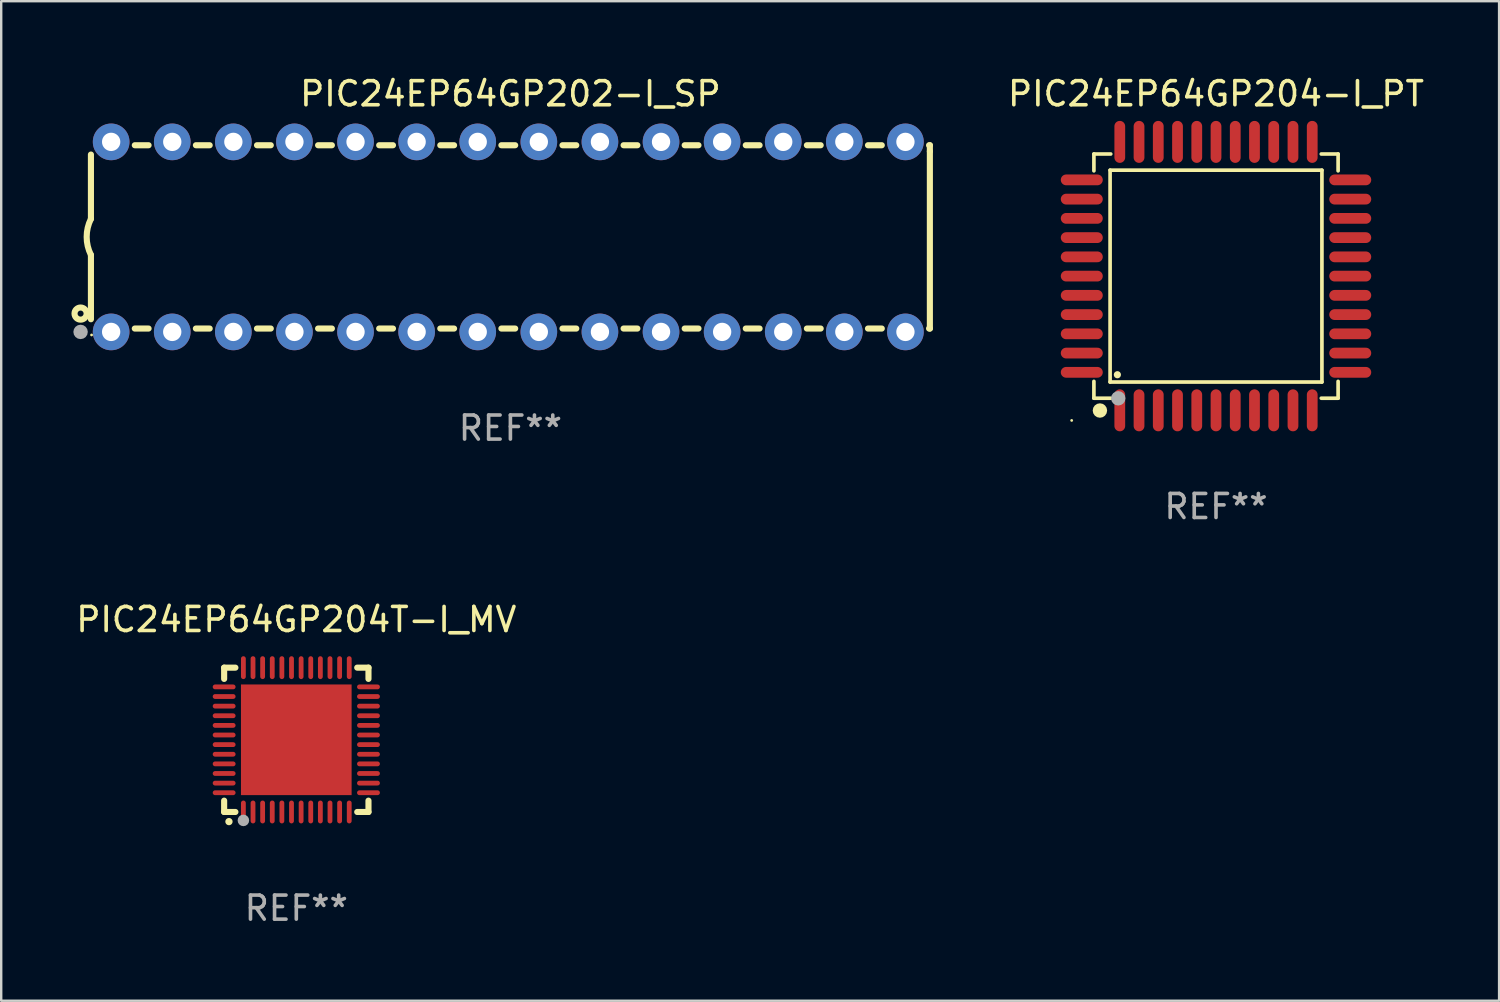
<source format=kicad_pcb>
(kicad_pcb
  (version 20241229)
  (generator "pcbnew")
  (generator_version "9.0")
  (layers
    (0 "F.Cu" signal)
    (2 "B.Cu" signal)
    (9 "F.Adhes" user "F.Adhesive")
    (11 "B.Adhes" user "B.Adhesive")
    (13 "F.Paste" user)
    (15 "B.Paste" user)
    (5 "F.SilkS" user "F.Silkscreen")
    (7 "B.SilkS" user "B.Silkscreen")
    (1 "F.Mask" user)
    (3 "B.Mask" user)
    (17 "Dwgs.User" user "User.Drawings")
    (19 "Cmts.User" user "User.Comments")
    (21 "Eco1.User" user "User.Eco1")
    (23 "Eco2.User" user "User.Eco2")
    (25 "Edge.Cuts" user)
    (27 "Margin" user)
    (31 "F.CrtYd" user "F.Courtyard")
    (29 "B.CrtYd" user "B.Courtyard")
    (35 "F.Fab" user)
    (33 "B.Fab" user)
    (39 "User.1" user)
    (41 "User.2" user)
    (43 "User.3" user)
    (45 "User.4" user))
  (footprint "PIC24EP64GP204T-I_MV"
    (layer "F.Cu")
    (at 9.268 27.705)
    (property "Reference" "PIC24EP64GP204T-I_MV" (at 0 -5 0) (layer "F.SilkS") (effects (font (size 1 1) (thickness 0.15))))
    (attr through_hole)
    (fp_line (start -3 -3) (end -2.532 -3) (stroke (width 0.254) (type solid)) (layer "F.SilkS"))
    (fp_line (start -3 -2.532) (end -3 -3) (stroke (width 0.254) (type solid)) (layer "F.SilkS"))
    (fp_line (start -3 3) (end -3 2.529) (stroke (width 0.254) (type solid)) (layer "F.SilkS"))
    (fp_line (start -2.532 3) (end -3 3) (stroke (width 0.254) (type solid)) (layer "F.SilkS"))
    (fp_line (start 2.532 -3) (end 3 -3) (stroke (width 0.254) (type solid)) (layer "F.SilkS"))
    (fp_line (start 3 -3) (end 3 -2.532) (stroke (width 0.254) (type solid)) (layer "F.SilkS"))
    (fp_line (start 3 2.529) (end 3 3) (stroke (width 0.254) (type solid)) (layer "F.SilkS"))
    (fp_line (start 3 3) (end 2.532 3) (stroke (width 0.254) (type solid)) (layer "F.SilkS"))
    (fp_arc (start -2.801295 3.400025) (mid -2.800025 3.40002) (end -2.798755 3.400025) (stroke (width 0.3) (type solid)) (layer "F.SilkS"))
    (fp_circle (center -3 3) (end -2.97 3) (stroke (width 0.06) (type solid)) (fill no) (layer "F.SilkS"))
    (fp_circle (center -2.2 3.35) (end -2.08 3.35) (stroke (width 0.24) (type solid)) (fill no) (layer "F.Fab"))
    (fp_text user "REF**" (at 0 7 0) (layer "F.Fab") (effects (font (size 1 1) (thickness 0.15))))
    (pad "1" smd oval (at -2.2 3) (size 0.2 0.95) (layers "F.Cu" "F.Mask" "F.Paste"))
    (pad "2" smd oval (at -1.8 3) (size 0.2 0.95) (layers "F.Cu" "F.Mask" "F.Paste"))
    (pad "3" smd oval (at -1.4 3) (size 0.2 0.95) (layers "F.Cu" "F.Mask" "F.Paste"))
    (pad "4" smd oval (at -1 3) (size 0.2 0.95) (layers "F.Cu" "F.Mask" "F.Paste"))
    (pad "5" smd oval (at -0.6 3) (size 0.2 0.95) (layers "F.Cu" "F.Mask" "F.Paste"))
    (pad "6" smd oval (at -0.2 3) (size 0.2 0.95) (layers "F.Cu" "F.Mask" "F.Paste"))
    (pad "7" smd oval (at 0.2 3) (size 0.2 0.95) (layers "F.Cu" "F.Mask" "F.Paste"))
    (pad "8" smd oval (at 0.6 3) (size 0.2 0.95) (layers "F.Cu" "F.Mask" "F.Paste"))
    (pad "9" smd oval (at 1 3) (size 0.2 0.95) (layers "F.Cu" "F.Mask" "F.Paste"))
    (pad "10" smd oval (at 1.4 3) (size 0.2 0.95) (layers "F.Cu" "F.Mask" "F.Paste"))
    (pad "11" smd oval (at 1.8 3) (size 0.2 0.95) (layers "F.Cu" "F.Mask" "F.Paste"))
    (pad "12" smd oval (at 2.2 3) (size 0.2 0.95) (layers "F.Cu" "F.Mask" "F.Paste"))
    (pad "13" smd oval (at 3 2.2 90) (size 0.2 0.95) (layers "F.Cu" "F.Mask" "F.Paste"))
    (pad "14" smd oval (at 3 1.8 90) (size 0.2 0.95) (layers "F.Cu" "F.Mask" "F.Paste"))
    (pad "15" smd oval (at 3 1.4 90) (size 0.2 0.95) (layers "F.Cu" "F.Mask" "F.Paste"))
    (pad "16" smd oval (at 3 1 90) (size 0.2 0.95) (layers "F.Cu" "F.Mask" "F.Paste"))
    (pad "17" smd oval (at 3 0.6 90) (size 0.2 0.95) (layers "F.Cu" "F.Mask" "F.Paste"))
    (pad "18" smd oval (at 3 0.2 90) (size 0.2 0.95) (layers "F.Cu" "F.Mask" "F.Paste"))
    (pad "19" smd oval (at 3 -0.2 90) (size 0.2 0.95) (layers "F.Cu" "F.Mask" "F.Paste"))
    (pad "20" smd oval (at 3 -0.6 90) (size 0.2 0.95) (layers "F.Cu" "F.Mask" "F.Paste"))
    (pad "21" smd oval (at 3 -1 90) (size 0.2 0.95) (layers "F.Cu" "F.Mask" "F.Paste"))
    (pad "22" smd oval (at 3 -1.4 90) (size 0.2 0.95) (layers "F.Cu" "F.Mask" "F.Paste"))
    (pad "23" smd oval (at 3 -1.8 90) (size 0.2 0.95) (layers "F.Cu" "F.Mask" "F.Paste"))
    (pad "24" smd oval (at 3 -2.2 90) (size 0.2 0.95) (layers "F.Cu" "F.Mask" "F.Paste"))
    (pad "25" smd oval (at 2.2 -3 180) (size 0.2 0.95) (layers "F.Cu" "F.Mask" "F.Paste"))
    (pad "26" smd oval (at 1.8 -3 180) (size 0.2 0.95) (layers "F.Cu" "F.Mask" "F.Paste"))
    (pad "27" smd oval (at 1.4 -3 180) (size 0.2 0.95) (layers "F.Cu" "F.Mask" "F.Paste"))
    (pad "28" smd oval (at 1 -3 180) (size 0.2 0.95) (layers "F.Cu" "F.Mask" "F.Paste"))
    (pad "29" smd oval (at 0.6 -3 180) (size 0.2 0.95) (layers "F.Cu" "F.Mask" "F.Paste"))
    (pad "30" smd oval (at 0.2 -3 180) (size 0.2 0.95) (layers "F.Cu" "F.Mask" "F.Paste"))
    (pad "31" smd oval (at -0.2 -3 180) (size 0.2 0.95) (layers "F.Cu" "F.Mask" "F.Paste"))
    (pad "32" smd oval (at -0.6 -3 180) (size 0.2 0.95) (layers "F.Cu" "F.Mask" "F.Paste"))
    (pad "33" smd oval (at -1 -3 180) (size 0.2 0.95) (layers "F.Cu" "F.Mask" "F.Paste"))
    (pad "34" smd oval (at -1.4 -3 180) (size 0.2 0.95) (layers "F.Cu" "F.Mask" "F.Paste"))
    (pad "35" smd oval (at -1.8 -3 180) (size 0.2 0.95) (layers "F.Cu" "F.Mask" "F.Paste"))
    (pad "36" smd oval (at -2.2 -3 180) (size 0.2 0.95) (layers "F.Cu" "F.Mask" "F.Paste"))
    (pad "37" smd oval (at -3 -2.2 270) (size 0.2 0.95) (layers "F.Cu" "F.Mask" "F.Paste"))
    (pad "38" smd oval (at -3 -1.8 270) (size 0.2 0.95) (layers "F.Cu" "F.Mask" "F.Paste"))
    (pad "39" smd oval (at -3 -1.4 270) (size 0.2 0.95) (layers "F.Cu" "F.Mask" "F.Paste"))
    (pad "40" smd oval (at -3 -1 270) (size 0.2 0.95) (layers "F.Cu" "F.Mask" "F.Paste"))
    (pad "41" smd oval (at -3 -0.6 270) (size 0.2 0.95) (layers "F.Cu" "F.Mask" "F.Paste"))
    (pad "42" smd oval (at -3 -0.2 270) (size 0.2 0.95) (layers "F.Cu" "F.Mask" "F.Paste"))
    (pad "43" smd oval (at -3 0.2 270) (size 0.2 0.95) (layers "F.Cu" "F.Mask" "F.Paste"))
    (pad "44" smd oval (at -3 0.6 270) (size 0.2 0.95) (layers "F.Cu" "F.Mask" "F.Paste"))
    (pad "45" smd oval (at -3 1 270) (size 0.2 0.95) (layers "F.Cu" "F.Mask" "F.Paste"))
    (pad "46" smd oval (at -3 1.4 270) (size 0.2 0.95) (layers "F.Cu" "F.Mask" "F.Paste"))
    (pad "47" smd oval (at -3 1.8 270) (size 0.2 0.95) (layers "F.Cu" "F.Mask" "F.Paste"))
    (pad "48" smd oval (at -3 2.2 270) (size 0.2 0.95) (layers "F.Cu" "F.Mask" "F.Paste"))
    (pad "49" smd rect (at -0.001 -0.001 180) (size 4.6 4.6) (layers "F.Cu" "F.Mask" "F.Paste")))
  (footprint "PIC24EP64GP202-I_SP"
    (layer "F.Cu")
    (at 18.168 6.798)
    (property "Reference" "PIC24EP64GP202-I_SP" (at 0 -5.95 0) (layer "F.SilkS") (effects (font (size 1 1) (thickness 0.15))))
    (attr through_hole)
    (fp_line (start -17.438 0.75) (end -17.438 3.423) (stroke (width 0.254) (type solid)) (layer "F.SilkS"))
    (fp_line (start -17.438 -3.423) (end -17.438 -0.75) (stroke (width 0.254) (type solid)) (layer "F.SilkS"))
    (fp_line (start -15.615 3.81) (end -15.041 3.81) (stroke (width 0.254) (type solid)) (layer "F.SilkS"))
    (fp_line (start -15.041 -3.81) (end -15.614 -3.81) (stroke (width 0.254) (type solid)) (layer "F.SilkS"))
    (fp_line (start -13.075 3.81) (end -12.501 3.81) (stroke (width 0.254) (type solid)) (layer "F.SilkS"))
    (fp_line (start -12.501 -3.81) (end -13.074 -3.81) (stroke (width 0.254) (type solid)) (layer "F.SilkS"))
    (fp_line (start -10.535 3.81) (end -9.961 3.81) (stroke (width 0.254) (type solid)) (layer "F.SilkS"))
    (fp_line (start -9.961 -3.81) (end -10.534 -3.81) (stroke (width 0.254) (type solid)) (layer "F.SilkS"))
    (fp_line (start -7.995 3.81) (end -7.421 3.81) (stroke (width 0.254) (type solid)) (layer "F.SilkS"))
    (fp_line (start -7.421 -3.81) (end -7.995 -3.81) (stroke (width 0.254) (type solid)) (layer "F.SilkS"))
    (fp_line (start -5.455 3.81) (end -4.881 3.81) (stroke (width 0.254) (type solid)) (layer "F.SilkS"))
    (fp_line (start -4.881 -3.81) (end -5.455 -3.81) (stroke (width 0.254) (type solid)) (layer "F.SilkS"))
    (fp_line (start -2.915 3.81) (end -2.341 3.81) (stroke (width 0.254) (type solid)) (layer "F.SilkS"))
    (fp_line (start -2.341 -3.81) (end -2.915 -3.81) (stroke (width 0.254) (type solid)) (layer "F.SilkS"))
    (fp_line (start -0.375 3.81) (end 0.199 3.81) (stroke (width 0.254) (type solid)) (layer "F.SilkS"))
    (fp_line (start 0.199 -3.81) (end -0.375 -3.81) (stroke (width 0.254) (type solid)) (layer "F.SilkS"))
    (fp_line (start 2.165 3.81) (end 2.739 3.81) (stroke (width 0.254) (type solid)) (layer "F.SilkS"))
    (fp_line (start 2.739 -3.81) (end 2.165 -3.81) (stroke (width 0.254) (type solid)) (layer "F.SilkS"))
    (fp_line (start 4.705 3.81) (end 5.279 3.81) (stroke (width 0.254) (type solid)) (layer "F.SilkS"))
    (fp_line (start 5.279 -3.81) (end 4.705 -3.81) (stroke (width 0.254) (type solid)) (layer "F.SilkS"))
    (fp_line (start 7.245 3.81) (end 7.819 3.81) (stroke (width 0.254) (type solid)) (layer "F.SilkS"))
    (fp_line (start 7.819 -3.81) (end 7.245 -3.81) (stroke (width 0.254) (type solid)) (layer "F.SilkS"))
    (fp_line (start 9.785 3.81) (end 10.359 3.81) (stroke (width 0.254) (type solid)) (layer "F.SilkS"))
    (fp_line (start 10.359 -3.81) (end 9.785 -3.81) (stroke (width 0.254) (type solid)) (layer "F.SilkS"))
    (fp_line (start 12.325 3.81) (end 12.899 3.81) (stroke (width 0.254) (type solid)) (layer "F.SilkS"))
    (fp_line (start 12.899 -3.81) (end 12.325 -3.81) (stroke (width 0.254) (type solid)) (layer "F.SilkS"))
    (fp_line (start 14.865 3.81) (end 15.439 3.81) (stroke (width 0.254) (type solid)) (layer "F.SilkS"))
    (fp_line (start 15.439 -3.81) (end 14.865 -3.81) (stroke (width 0.254) (type solid)) (layer "F.SilkS"))
    (fp_line (start 17.405 3.81) (end 17.438 3.81) (stroke (width 0.254) (type solid)) (layer "F.SilkS"))
    (fp_line (start 17.438 -3.81) (end 17.405 -3.81) (stroke (width 0.254) (type solid)) (layer "F.SilkS"))
    (fp_line (start 17.438 -3.556) (end 17.438 -3.81) (stroke (width 0.254) (type solid)) (layer "F.SilkS"))
    (fp_line (start 17.438 3.81) (end 17.438 -3.556) (stroke (width 0.254) (type solid)) (layer "F.SilkS"))
    (fp_arc (start -17.437986 0.749657) (mid -17.614887 -0.000024) (end -17.437783 -0.749657) (stroke (width 0.254001) (type solid)) (layer "F.SilkS"))
    (fp_circle (center -17.868 3.188) (end -17.743 3.188) (stroke (width 0.254) (type solid)) (fill no) (layer "F.SilkS"))
    (fp_circle (center -17.411 4.077) (end -17.381 4.077) (stroke (width 0.06) (type solid)) (fill no) (layer "F.SilkS"))
    (fp_circle (center -17.868 3.95) (end -17.718 3.95) (stroke (width 0.3) (type solid)) (fill no) (layer "F.Fab"))
    (fp_text user "REF**" (at 0 7.95 0) (layer "F.Fab") (effects (font (size 1 1) (thickness 0.15))))
    (pad "1" thru_hole circle (at -16.598 3.95) (size 1.524 1.524) (drill 0.762) (layers "*.Cu" "*.Mask"))
    (pad "2" thru_hole circle (at -14.058 3.95) (size 1.524 1.524) (drill 0.762) (layers "*.Cu" "*.Mask"))
    (pad "3" thru_hole circle (at -11.518 3.95) (size 1.524 1.524) (drill 0.762) (layers "*.Cu" "*.Mask"))
    (pad "4" thru_hole circle (at -8.978 3.95) (size 1.524 1.524) (drill 0.762) (layers "*.Cu" "*.Mask"))
    (pad "5" thru_hole circle (at -6.438 3.95) (size 1.524 1.524) (drill 0.762) (layers "*.Cu" "*.Mask"))
    (pad "6" thru_hole circle (at -3.898 3.95) (size 1.524 1.524) (drill 0.762) (layers "*.Cu" "*.Mask"))
    (pad "7" thru_hole circle (at -1.358 3.95) (size 1.524 1.524) (drill 0.762) (layers "*.Cu" "*.Mask"))
    (pad "8" thru_hole circle (at 1.182 3.95) (size 1.524 1.524) (drill 0.762) (layers "*.Cu" "*.Mask"))
    (pad "9" thru_hole circle (at 3.722 3.95) (size 1.524 1.524) (drill 0.762) (layers "*.Cu" "*.Mask"))
    (pad "10" thru_hole circle (at 6.262 3.95) (size 1.524 1.524) (drill 0.762) (layers "*.Cu" "*.Mask"))
    (pad "11" thru_hole circle (at 8.802 3.95) (size 1.524 1.524) (drill 0.762) (layers "*.Cu" "*.Mask"))
    (pad "12" thru_hole circle (at 11.342 3.95) (size 1.524 1.524) (drill 0.762) (layers "*.Cu" "*.Mask"))
    (pad "13" thru_hole circle (at 13.882 3.95) (size 1.524 1.524) (drill 0.762) (layers "*.Cu" "*.Mask"))
    (pad "14" thru_hole circle (at 16.422 3.95) (size 1.524 1.524) (drill 0.762) (layers "*.Cu" "*.Mask"))
    (pad "15" thru_hole circle (at 16.422 -3.95) (size 1.524 1.524) (drill 0.762) (layers "*.Cu" "*.Mask"))
    (pad "16" thru_hole circle (at 13.882 -3.95) (size 1.524 1.524) (drill 0.762) (layers "*.Cu" "*.Mask"))
    (pad "17" thru_hole circle (at 11.342 -3.95) (size 1.524 1.524) (drill 0.762) (layers "*.Cu" "*.Mask"))
    (pad "18" thru_hole circle (at 8.802 -3.95) (size 1.524 1.524) (drill 0.762) (layers "*.Cu" "*.Mask"))
    (pad "19" thru_hole circle (at 6.262 -3.95) (size 1.524 1.524) (drill 0.762) (layers "*.Cu" "*.Mask"))
    (pad "20" thru_hole circle (at 3.722 -3.95) (size 1.524 1.524) (drill 0.762) (layers "*.Cu" "*.Mask"))
    (pad "21" thru_hole circle (at 1.182 -3.95) (size 1.524 1.524) (drill 0.762) (layers "*.Cu" "*.Mask"))
    (pad "22" thru_hole circle (at -1.358 -3.95) (size 1.524 1.524) (drill 0.762) (layers "*.Cu" "*.Mask"))
    (pad "23" thru_hole circle (at -3.898 -3.95) (size 1.524 1.524) (drill 0.762) (layers "*.Cu" "*.Mask"))
    (pad "24" thru_hole circle (at -6.438 -3.95) (size 1.524 1.524) (drill 0.762) (layers "*.Cu" "*.Mask"))
    (pad "25" thru_hole circle (at -8.978 -3.95) (size 1.524 1.524) (drill 0.762) (layers "*.Cu" "*.Mask"))
    (pad "26" thru_hole circle (at -11.517 -3.95) (size 1.524 1.524) (drill 0.762) (layers "*.Cu" "*.Mask"))
    (pad "27" thru_hole circle (at -14.057 -3.95) (size 1.524 1.524) (drill 0.762) (layers "*.Cu" "*.Mask"))
    (pad "28" thru_hole circle (at -16.597 -3.95) (size 1.524 1.524) (drill 0.762) (layers "*.Cu" "*.Mask")))
  (footprint "PIC24EP64GP204-I_PT"
    (layer "F.Cu")
    (at 47.501 8.428)
    (property "Reference" "PIC24EP64GP204-I_PT" (at 0 -7.58 0) (layer "F.SilkS") (effects (font (size 1 1) (thickness 0.15))))
    (attr through_hole)
    (fp_line (start -5.076 -5.076) (end -5.076 -4.376) (stroke (width 0.152) (type solid)) (layer "F.SilkS"))
    (fp_line (start -5.076 5.076) (end -5.076 4.376) (stroke (width 0.152) (type solid)) (layer "F.SilkS"))
    (fp_line (start -4.403 -4.403) (end 4.403 -4.403) (stroke (width 0.152) (type solid)) (layer "F.SilkS"))
    (fp_line (start -4.403 4.403) (end -4.403 -4.403) (stroke (width 0.152) (type solid)) (layer "F.SilkS"))
    (fp_line (start -4.376 -5.076) (end -5.076 -5.076) (stroke (width 0.152) (type solid)) (layer "F.SilkS"))
    (fp_line (start -4.376 5.076) (end -5.076 5.076) (stroke (width 0.152) (type solid)) (layer "F.SilkS"))
    (fp_line (start 4.376 -5.076) (end 5.076 -5.076) (stroke (width 0.152) (type solid)) (layer "F.SilkS"))
    (fp_line (start 4.376 5.076) (end 5.076 5.076) (stroke (width 0.152) (type solid)) (layer "F.SilkS"))
    (fp_line (start 4.403 -4.403) (end 4.403 4.403) (stroke (width 0.152) (type solid)) (layer "F.SilkS"))
    (fp_line (start 4.403 4.403) (end -4.403 4.403) (stroke (width 0.152) (type solid)) (layer "F.SilkS"))
    (fp_line (start 5.076 -5.076) (end 5.076 -4.376) (stroke (width 0.152) (type solid)) (layer "F.SilkS"))
    (fp_line (start 5.076 5.076) (end 5.076 4.376) (stroke (width 0.152) (type solid)) (layer "F.SilkS"))
    (fp_circle (center -6 6) (end -5.97 6) (stroke (width 0.06) (type solid)) (fill no) (layer "F.SilkS"))
    (fp_circle (center -4.826 5.588) (end -4.676 5.588) (stroke (width 0.3) (type solid)) (fill no) (layer "F.SilkS"))
    (fp_circle (center -4.1 4.1) (end -4.025 4.1) (stroke (width 0.15) (type solid)) (fill no) (layer "F.SilkS"))
    (fp_circle (center -4.064 5.08) (end -3.914 5.08) (stroke (width 0.3) (type solid)) (fill no) (layer "F.Fab"))
    (fp_text user "REF**" (at 0 9.58 0) (layer "F.Fab") (effects (font (size 1 1) (thickness 0.15))))
    (pad "1" smd oval (at -4 5.58) (size 0.448 1.745) (layers "F.Cu" "F.Mask" "F.Paste"))
    (pad "2" smd oval (at -3.2 5.58) (size 0.448 1.745) (layers "F.Cu" "F.Mask" "F.Paste"))
    (pad "3" smd oval (at -2.4 5.58) (size 0.448 1.745) (layers "F.Cu" "F.Mask" "F.Paste"))
    (pad "4" smd oval (at -1.6 5.58) (size 0.448 1.745) (layers "F.Cu" "F.Mask" "F.Paste"))
    (pad "5" smd oval (at -0.8 5.58) (size 0.448 1.745) (layers "F.Cu" "F.Mask" "F.Paste"))
    (pad "6" smd oval (at 0 5.58) (size 0.448 1.745) (layers "F.Cu" "F.Mask" "F.Paste"))
    (pad "7" smd oval (at 0.8 5.58) (size 0.448 1.745) (layers "F.Cu" "F.Mask" "F.Paste"))
    (pad "8" smd oval (at 1.6 5.58) (size 0.448 1.745) (layers "F.Cu" "F.Mask" "F.Paste"))
    (pad "9" smd oval (at 2.4 5.58) (size 0.448 1.745) (layers "F.Cu" "F.Mask" "F.Paste"))
    (pad "10" smd oval (at 3.2 5.58) (size 0.448 1.745) (layers "F.Cu" "F.Mask" "F.Paste"))
    (pad "11" smd oval (at 4 5.58) (size 0.448 1.745) (layers "F.Cu" "F.Mask" "F.Paste"))
    (pad "12" smd oval (at 5.58 4) (size 1.745 0.448) (layers "F.Cu" "F.Mask" "F.Paste"))
    (pad "13" smd oval (at 5.58 3.2) (size 1.745 0.448) (layers "F.Cu" "F.Mask" "F.Paste"))
    (pad "14" smd oval (at 5.58 2.4) (size 1.745 0.448) (layers "F.Cu" "F.Mask" "F.Paste"))
    (pad "15" smd oval (at 5.58 1.6) (size 1.745 0.448) (layers "F.Cu" "F.Mask" "F.Paste"))
    (pad "16" smd oval (at 5.58 0.8) (size 1.745 0.448) (layers "F.Cu" "F.Mask" "F.Paste"))
    (pad "17" smd oval (at 5.58 0) (size 1.745 0.448) (layers "F.Cu" "F.Mask" "F.Paste"))
    (pad "18" smd oval (at 5.58 -0.8) (size 1.745 0.448) (layers "F.Cu" "F.Mask" "F.Paste"))
    (pad "19" smd oval (at 5.58 -1.6) (size 1.745 0.448) (layers "F.Cu" "F.Mask" "F.Paste"))
    (pad "20" smd oval (at 5.58 -2.4) (size 1.745 0.448) (layers "F.Cu" "F.Mask" "F.Paste"))
    (pad "21" smd oval (at 5.58 -3.2) (size 1.745 0.448) (layers "F.Cu" "F.Mask" "F.Paste"))
    (pad "22" smd oval (at 5.58 -4) (size 1.745 0.448) (layers "F.Cu" "F.Mask" "F.Paste"))
    (pad "23" smd oval (at 4 -5.58) (size 0.448 1.745) (layers "F.Cu" "F.Mask" "F.Paste"))
    (pad "24" smd oval (at 3.2 -5.58) (size 0.448 1.745) (layers "F.Cu" "F.Mask" "F.Paste"))
    (pad "25" smd oval (at 2.4 -5.58) (size 0.448 1.745) (layers "F.Cu" "F.Mask" "F.Paste"))
    (pad "26" smd oval (at 1.6 -5.58) (size 0.448 1.745) (layers "F.Cu" "F.Mask" "F.Paste"))
    (pad "27" smd oval (at 0.8 -5.58) (size 0.448 1.745) (layers "F.Cu" "F.Mask" "F.Paste"))
    (pad "28" smd oval (at 0 -5.58) (size 0.448 1.745) (layers "F.Cu" "F.Mask" "F.Paste"))
    (pad "29" smd oval (at -0.8 -5.58) (size 0.448 1.745) (layers "F.Cu" "F.Mask" "F.Paste"))
    (pad "30" smd oval (at -1.6 -5.58) (size 0.448 1.745) (layers "F.Cu" "F.Mask" "F.Paste"))
    (pad "31" smd oval (at -2.4 -5.58) (size 0.448 1.745) (layers "F.Cu" "F.Mask" "F.Paste"))
    (pad "32" smd oval (at -3.2 -5.58) (size 0.448 1.745) (layers "F.Cu" "F.Mask" "F.Paste"))
    (pad "33" smd oval (at -4 -5.58) (size 0.448 1.745) (layers "F.Cu" "F.Mask" "F.Paste"))
    (pad "34" smd oval (at -5.58 -4) (size 1.745 0.448) (layers "F.Cu" "F.Mask" "F.Paste"))
    (pad "35" smd oval (at -5.58 -3.2) (size 1.745 0.448) (layers "F.Cu" "F.Mask" "F.Paste"))
    (pad "36" smd oval (at -5.58 -2.4) (size 1.745 0.448) (layers "F.Cu" "F.Mask" "F.Paste"))
    (pad "37" smd oval (at -5.58 -1.6) (size 1.745 0.448) (layers "F.Cu" "F.Mask" "F.Paste"))
    (pad "38" smd oval (at -5.58 -0.8) (size 1.745 0.448) (layers "F.Cu" "F.Mask" "F.Paste"))
    (pad "39" smd oval (at -5.58 0) (size 1.745 0.448) (layers "F.Cu" "F.Mask" "F.Paste"))
    (pad "40" smd oval (at -5.58 0.8) (size 1.745 0.448) (layers "F.Cu" "F.Mask" "F.Paste"))
    (pad "41" smd oval (at -5.58 1.6) (size 1.745 0.448) (layers "F.Cu" "F.Mask" "F.Paste"))
    (pad "42" smd oval (at -5.58 2.4) (size 1.745 0.448) (layers "F.Cu" "F.Mask" "F.Paste"))
    (pad "43" smd oval (at -5.58 3.2) (size 1.745 0.448) (layers "F.Cu" "F.Mask" "F.Paste"))
    (pad "44" smd oval (at -5.58 4) (size 1.745 0.448) (layers "F.Cu" "F.Mask" "F.Paste")))
  (gr_rect
    (start -3 -3)
    (end 59.269 38.553)
    (stroke (width 0.1) (type default))
    (fill no)
    (layer "Edge.Cuts")))
</source>
